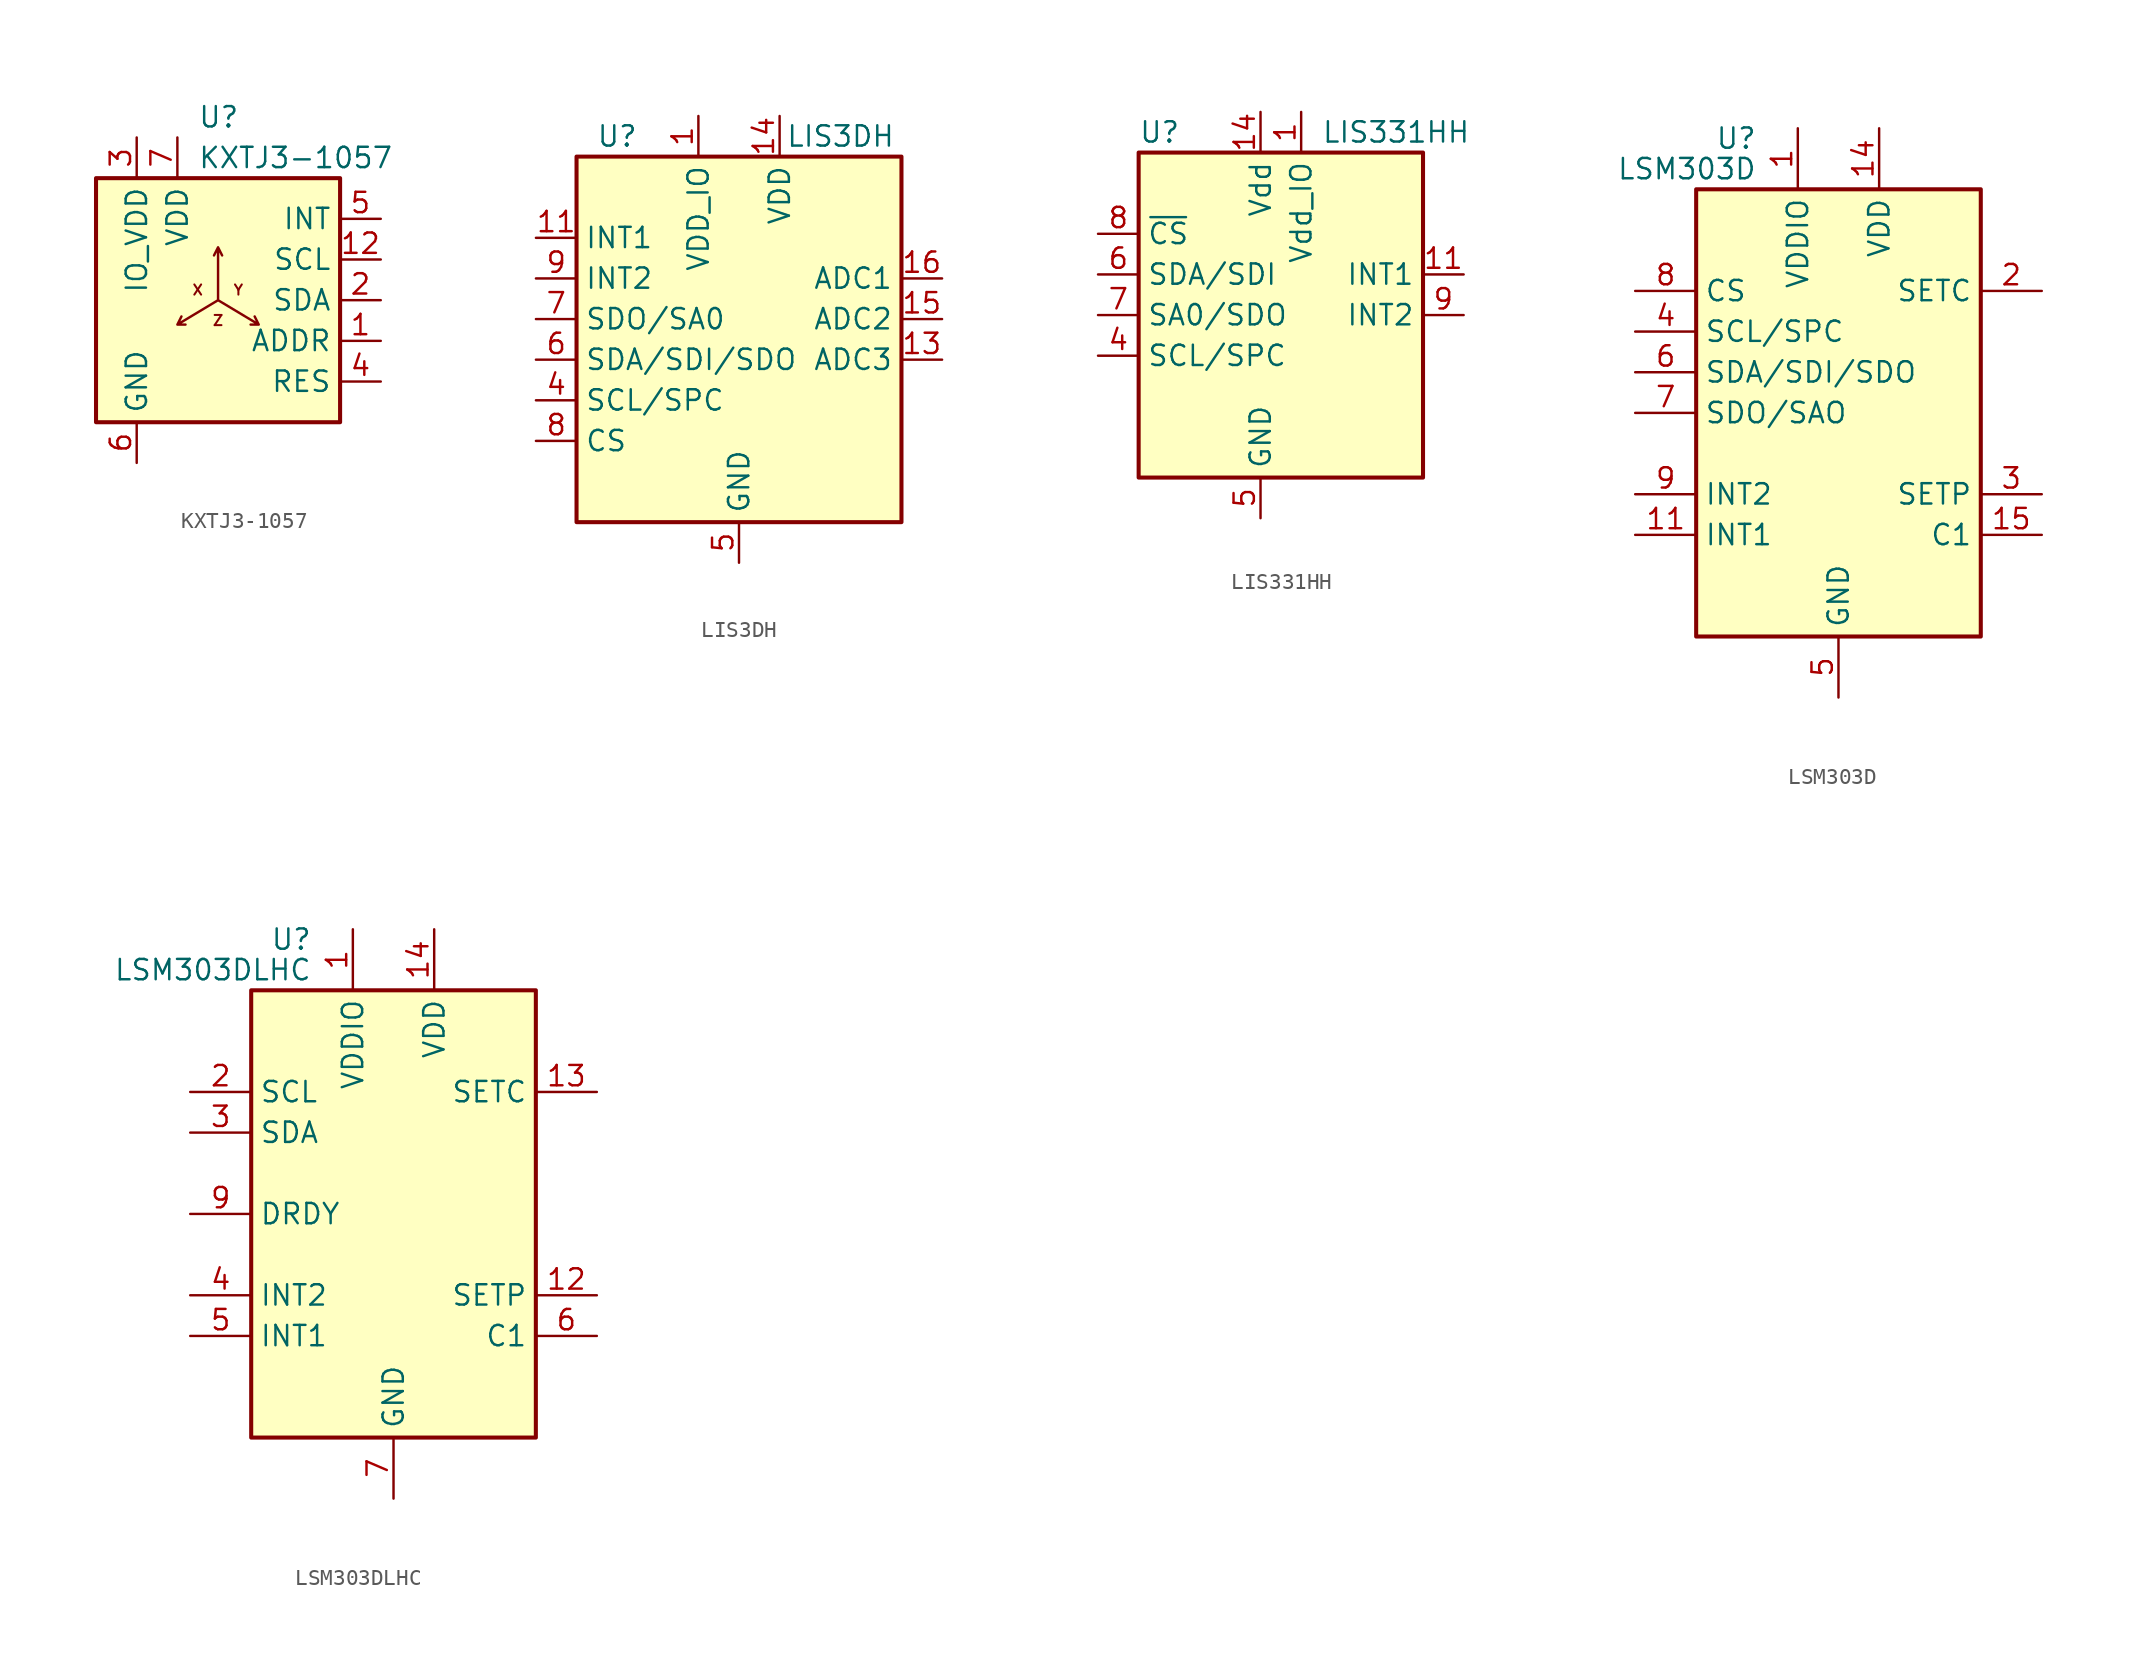
<source format=kicad_sym>
(kicad_symbol_lib
  (version 20231120)
  (generator "kicad_symbol_editor")
  (generator_version "8.0")
  (symbol "KXTJ3-1057"
    (property "Reference" "U"
      (at -1.27 11.43 0)
      (effects (font (size 1.27 1.27)) (justify left)))
    (property "Value" "KXTJ3-1057"
      (at -1.27 8.89 0)
      (effects (font (size 1.27 1.27)) (justify left)))
    (symbol "KXTJ3-1057_0_0"
      (text "X" (at -1.27 0.635 0) (effects (font (size 0.635 0.635) (bold yes))))
      (text "Y" (at 1.27 0.635 0) (effects (font (size 0.635 0.635) (bold yes))))
      (text "Z" (at 0 -1.27 0) (effects (font (size 0.635 0.635) (bold yes)))))
    (symbol "KXTJ3-1057_0_1"
      (rectangle (start -7.62 7.62) (end 7.62 -7.62) (stroke (width 0.254) (type default)) (fill (type background)))
      (polyline (pts (xy 0 0) (xy 0 3.302) (xy 0.254 2.794) (xy 0 3.302) (xy -0.254 2.794) (xy 0 3.302) (xy 0 0) (xy 2.54 -1.524) (xy 2.286 -1.016) (xy 2.54 -1.524) (xy 2.032 -1.524) (xy 2.54 -1.524) (xy 0 0) (xy -2.54 -1.524) (xy -2.286 -1.016) (xy -2.54 -1.524) (xy -2.032 -1.524)) (stroke (width 0) (type default)) (fill (type none))))
    (symbol "KXTJ3-1057_1_1"
      (pin input line (at 10.16 -2.54 180) (length 2.54) (name "ADDR" (effects (font (size 1.27 1.27)))) (number "1" (effects (font (size 1.27 1.27)))))
      (pin passive line (at -2.54 10.16 270) (length 2.54) hide (name "VDD" (effects (font (size 1.27 1.27)))) (number "10" (effects (font (size 1.27 1.27)))))
      (pin passive line (at -5.08 10.16 270) (length 2.54) hide (name "IO_VDD" (effects (font (size 1.27 1.27)))) (number "11" (effects (font (size 1.27 1.27)))))
      (pin input line (at 10.16 2.54 180) (length 2.54) (name "SCL" (effects (font (size 1.27 1.27)))) (number "12" (effects (font (size 1.27 1.27)))))
      (pin bidirectional line (at 10.16 0 180) (length 2.54) (name "SDA" (effects (font (size 1.27 1.27)))) (number "2" (effects (font (size 1.27 1.27)))))
      (pin power_in line (at -5.08 10.16 270) (length 2.54) (name "IO_VDD" (effects (font (size 1.27 1.27)))) (number "3" (effects (font (size 1.27 1.27)))))
      (pin passive line (at 10.16 -5.08 180) (length 2.54) (name "RES" (effects (font (size 1.27 1.27)))) (number "4" (effects (font (size 1.27 1.27)))))
      (pin output line (at 10.16 5.08 180) (length 2.54) (name "INT" (effects (font (size 1.27 1.27)))) (number "5" (effects (font (size 1.27 1.27)))))
      (pin power_in line (at -5.08 -10.16 90) (length 2.54) (name "GND" (effects (font (size 1.27 1.27)))) (number "6" (effects (font (size 1.27 1.27)))))
      (pin power_in line (at -2.54 10.16 270) (length 2.54) (name "VDD" (effects (font (size 1.27 1.27)))) (number "7" (effects (font (size 1.27 1.27)))))
      (pin passive line (at -5.08 -10.16 90) (length 2.54) hide (name "GND" (effects (font (size 1.27 1.27)))) (number "8" (effects (font (size 1.27 1.27)))))
      (pin passive line (at -5.08 -10.16 90) (length 2.54) hide (name "GND" (effects (font (size 1.27 1.27)))) (number "9" (effects (font (size 1.27 1.27)))))))
  (symbol "LIS3DH"
    (property "Reference" "U"
      (at -7.62 11.43 0)
      (effects (font (size 1.27 1.27))))
    (property "Value" "LIS3DH"
      (at 6.35 11.43 0)
      (effects (font (size 1.27 1.27))))
    (symbol "LIS3DH_0_1"
      (rectangle (start -10.16 10.16) (end 10.16 -12.7) (stroke (width 0.254) (type default)) (fill (type background))))
    (symbol "LIS3DH_1_1"
      (pin power_in line (at -2.54 12.7 270) (length 2.54) (name "VDD_IO" (effects (font (size 1.27 1.27)))) (number "1" (effects (font (size 1.27 1.27)))))
      (pin passive line (at 0 -15.24 90) (length 2.54) hide (name "GND" (effects (font (size 1.27 1.27)))) (number "10" (effects (font (size 1.27 1.27)))))
      (pin output line (at -12.7 5.08 0) (length 2.54) (name "INT1" (effects (font (size 1.27 1.27)))) (number "11" (effects (font (size 1.27 1.27)))))
      (pin passive line (at 0 -15.24 90) (length 2.54) hide (name "GND" (effects (font (size 1.27 1.27)))) (number "12" (effects (font (size 1.27 1.27)))))
      (pin input line (at 12.7 -2.54 180) (length 2.54) (name "ADC3" (effects (font (size 1.27 1.27)))) (number "13" (effects (font (size 1.27 1.27)))))
      (pin power_in line (at 2.54 12.7 270) (length 2.54) (name "VDD" (effects (font (size 1.27 1.27)))) (number "14" (effects (font (size 1.27 1.27)))))
      (pin input line (at 12.7 0 180) (length 2.54) (name "ADC2" (effects (font (size 1.27 1.27)))) (number "15" (effects (font (size 1.27 1.27)))))
      (pin input line (at 12.7 2.54 180) (length 2.54) (name "ADC1" (effects (font (size 1.27 1.27)))) (number "16" (effects (font (size 1.27 1.27)))))
      (pin no_connect line (at 10.16 5.08 180) (length 2.54) hide (name "NC" (effects (font (size 1.27 1.27)))) (number "2" (effects (font (size 1.27 1.27)))))
      (pin no_connect line (at 10.16 7.62 180) (length 2.54) hide (name "NC" (effects (font (size 1.27 1.27)))) (number "3" (effects (font (size 1.27 1.27)))))
      (pin input line (at -12.7 -5.08 0) (length 2.54) (name "SCL/SPC" (effects (font (size 1.27 1.27)))) (number "4" (effects (font (size 1.27 1.27)))))
      (pin power_in line (at 0 -15.24 90) (length 2.54) (name "GND" (effects (font (size 1.27 1.27)))) (number "5" (effects (font (size 1.27 1.27)))))
      (pin bidirectional line (at -12.7 -2.54 0) (length 2.54) (name "SDA/SDI/SDO" (effects (font (size 1.27 1.27)))) (number "6" (effects (font (size 1.27 1.27)))))
      (pin bidirectional line (at -12.7 0 0) (length 2.54) (name "SDO/SA0" (effects (font (size 1.27 1.27)))) (number "7" (effects (font (size 1.27 1.27)))))
      (pin input line (at -12.7 -7.62 0) (length 2.54) (name "CS" (effects (font (size 1.27 1.27)))) (number "8" (effects (font (size 1.27 1.27)))))
      (pin output line (at -12.7 2.54 0) (length 2.54) (name "INT2" (effects (font (size 1.27 1.27)))) (number "9" (effects (font (size 1.27 1.27)))))))
  (symbol "LIS331HH"
    (property "Reference" "U"
      (at -7.62 11.43 0)
      (effects (font (size 1.27 1.27)) (justify left)))
    (property "Value" "LIS331HH"
      (at 3.81 11.43 0)
      (effects (font (size 1.27 1.27)) (justify left)))
    (symbol "LIS331HH_0_1"
      (rectangle (start -7.62 10.16) (end 10.16 -10.16) (stroke (width 0.254) (type default)) (fill (type background))))
    (symbol "LIS331HH_1_1"
      (pin power_in line (at 2.54 12.7 270) (length 2.54) (name "Vdd_IO" (effects (font (size 1.27 1.27)))) (number "1" (effects (font (size 1.27 1.27)))))
      (pin passive line (at 0 -12.7 90) (length 2.54) hide (name "GND" (effects (font (size 1.27 1.27)))) (number "10" (effects (font (size 1.27 1.27)))))
      (pin output line (at 12.7 2.54 180) (length 2.54) (name "INT1" (effects (font (size 1.27 1.27)))) (number "11" (effects (font (size 1.27 1.27)))))
      (pin passive line (at 0 -12.7 90) (length 2.54) hide (name "GND" (effects (font (size 1.27 1.27)))) (number "12" (effects (font (size 1.27 1.27)))))
      (pin passive line (at 0 -12.7 90) (length 2.54) hide (name "GND" (effects (font (size 1.27 1.27)))) (number "13" (effects (font (size 1.27 1.27)))))
      (pin power_in line (at 0 12.7 270) (length 2.54) (name "Vdd" (effects (font (size 1.27 1.27)))) (number "14" (effects (font (size 1.27 1.27)))))
      (pin passive line (at 0 12.7 270) (length 2.54) hide (name "Vdd" (effects (font (size 1.27 1.27)))) (number "15" (effects (font (size 1.27 1.27)))))
      (pin passive line (at 0 -12.7 90) (length 2.54) hide (name "GND" (effects (font (size 1.27 1.27)))) (number "16" (effects (font (size 1.27 1.27)))))
      (pin no_connect line (at 10.16 -2.54 180) (length 2.54) hide (name "NC" (effects (font (size 1.27 1.27)))) (number "2" (effects (font (size 1.27 1.27)))))
      (pin no_connect line (at 10.16 -5.08 180) (length 2.54) hide (name "NC" (effects (font (size 1.27 1.27)))) (number "3" (effects (font (size 1.27 1.27)))))
      (pin input line (at -10.16 -2.54 0) (length 2.54) (name "SCL/SPC" (effects (font (size 1.27 1.27)))) (number "4" (effects (font (size 1.27 1.27)))))
      (pin power_in line (at 0 -12.7 90) (length 2.54) (name "GND" (effects (font (size 1.27 1.27)))) (number "5" (effects (font (size 1.27 1.27)))))
      (pin bidirectional line (at -10.16 2.54 0) (length 2.54) (name "SDA/SDI" (effects (font (size 1.27 1.27)))) (number "6" (effects (font (size 1.27 1.27)))))
      (pin output line (at -10.16 0 0) (length 2.54) (name "SA0/SDO" (effects (font (size 1.27 1.27)))) (number "7" (effects (font (size 1.27 1.27)))))
      (pin input line (at -10.16 5.08 0) (length 2.54) (name "~{CS}" (effects (font (size 1.27 1.27)))) (number "8" (effects (font (size 1.27 1.27)))))
      (pin output line (at 12.7 0 180) (length 2.54) (name "INT2" (effects (font (size 1.27 1.27)))) (number "9" (effects (font (size 1.27 1.27)))))))
  (symbol "LSM303D"
    (property "Reference" "U"
      (at -5.08 17.145 0)
      (effects (font (size 1.27 1.27)) (justify right)))
    (property "Value" "LSM303D"
      (at -5.08 15.24 0)
      (effects (font (size 1.27 1.27)) (justify right)))
    (symbol "LSM303D_0_1"
      (rectangle (start 8.89 13.97) (end -8.89 -13.97) (stroke (width 0.254) (type default)) (fill (type background))))
    (symbol "LSM303D_1_1"
      (pin power_in line (at -2.54 17.78 270) (length 3.81) (name "VDDIO" (effects (font (size 1.27 1.27)))) (number "1" (effects (font (size 1.27 1.27)))))
      (pin passive line (at 0 -17.78 90) (length 3.81) hide (name "GND" (effects (font (size 1.27 1.27)))) (number "10" (effects (font (size 1.27 1.27)))))
      (pin output line (at -12.7 -7.62 0) (length 3.81) (name "INT1" (effects (font (size 1.27 1.27)))) (number "11" (effects (font (size 1.27 1.27)))))
      (pin passive line (at 0 -17.78 90) (length 3.81) hide (name "GND" (effects (font (size 1.27 1.27)))) (number "12" (effects (font (size 1.27 1.27)))))
      (pin passive line (at 0 -17.78 90) (length 3.81) hide (name "GND" (effects (font (size 1.27 1.27)))) (number "13" (effects (font (size 1.27 1.27)))))
      (pin power_in line (at 2.54 17.78 270) (length 3.81) (name "VDD" (effects (font (size 1.27 1.27)))) (number "14" (effects (font (size 1.27 1.27)))))
      (pin passive line (at 12.7 -7.62 180) (length 3.81) (name "C1" (effects (font (size 1.27 1.27)))) (number "15" (effects (font (size 1.27 1.27)))))
      (pin passive line (at 0 -17.78 90) (length 3.81) hide (name "GND" (effects (font (size 1.27 1.27)))) (number "16" (effects (font (size 1.27 1.27)))))
      (pin passive line (at 12.7 7.62 180) (length 3.81) (name "SETC" (effects (font (size 1.27 1.27)))) (number "2" (effects (font (size 1.27 1.27)))))
      (pin passive line (at 12.7 -5.08 180) (length 3.81) (name "SETP" (effects (font (size 1.27 1.27)))) (number "3" (effects (font (size 1.27 1.27)))))
      (pin input line (at -12.7 5.08 0) (length 3.81) (name "SCL/SPC" (effects (font (size 1.27 1.27)))) (number "4" (effects (font (size 1.27 1.27)))))
      (pin power_in line (at 0 -17.78 90) (length 3.81) (name "GND" (effects (font (size 1.27 1.27)))) (number "5" (effects (font (size 1.27 1.27)))))
      (pin bidirectional line (at -12.7 2.54 0) (length 3.81) (name "SDA/SDI/SDO" (effects (font (size 1.27 1.27)))) (number "6" (effects (font (size 1.27 1.27)))))
      (pin output line (at -12.7 0 0) (length 3.81) (name "SDO/SAO" (effects (font (size 1.27 1.27)))) (number "7" (effects (font (size 1.27 1.27)))))
      (pin input line (at -12.7 7.62 0) (length 3.81) (name "CS" (effects (font (size 1.27 1.27)))) (number "8" (effects (font (size 1.27 1.27)))))
      (pin output line (at -12.7 -5.08 0) (length 3.81) (name "INT2" (effects (font (size 1.27 1.27)))) (number "9" (effects (font (size 1.27 1.27)))))))
  (symbol "LSM303DLHC"
    (property "Reference" "U"
      (at -5.08 17.145 0)
      (effects (font (size 1.27 1.27)) (justify right)))
    (property "Value" "LSM303DLHC"
      (at -5.08 15.24 0)
      (effects (font (size 1.27 1.27)) (justify right)))
    (symbol "LSM303DLHC_0_1"
      (rectangle (start -8.89 13.97) (end 8.89 -13.97) (stroke (width 0.254) (type default)) (fill (type background))))
    (symbol "LSM303DLHC_1_1"
      (pin power_in line (at -2.54 17.78 270) (length 3.81) (name "VDDIO" (effects (font (size 1.27 1.27)))) (number "1" (effects (font (size 1.27 1.27)))))
      (pin passive line (at 0 -17.78 90) (length 3.81) hide (name "GND" (effects (font (size 1.27 1.27)))) (number "10" (effects (font (size 1.27 1.27)))))
      (pin passive line (at 0 -17.78 90) (length 3.81) hide (name "GND" (effects (font (size 1.27 1.27)))) (number "11" (effects (font (size 1.27 1.27)))))
      (pin passive line (at 12.7 -5.08 180) (length 3.81) (name "SETP" (effects (font (size 1.27 1.27)))) (number "12" (effects (font (size 1.27 1.27)))))
      (pin passive line (at 12.7 7.62 180) (length 3.81) (name "SETC" (effects (font (size 1.27 1.27)))) (number "13" (effects (font (size 1.27 1.27)))))
      (pin power_in line (at 2.54 17.78 270) (length 3.81) (name "VDD" (effects (font (size 1.27 1.27)))) (number "14" (effects (font (size 1.27 1.27)))))
      (pin input line (at -12.7 7.62 0) (length 3.81) (name "SCL" (effects (font (size 1.27 1.27)))) (number "2" (effects (font (size 1.27 1.27)))))
      (pin bidirectional line (at -12.7 5.08 0) (length 3.81) (name "SDA" (effects (font (size 1.27 1.27)))) (number "3" (effects (font (size 1.27 1.27)))))
      (pin output line (at -12.7 -5.08 0) (length 3.81) (name "INT2" (effects (font (size 1.27 1.27)))) (number "4" (effects (font (size 1.27 1.27)))))
      (pin output line (at -12.7 -7.62 0) (length 3.81) (name "INT1" (effects (font (size 1.27 1.27)))) (number "5" (effects (font (size 1.27 1.27)))))
      (pin passive line (at 12.7 -7.62 180) (length 3.81) (name "C1" (effects (font (size 1.27 1.27)))) (number "6" (effects (font (size 1.27 1.27)))))
      (pin power_in line (at 0 -17.78 90) (length 3.81) (name "GND" (effects (font (size 1.27 1.27)))) (number "7" (effects (font (size 1.27 1.27)))))
      (pin no_connect line (at 7.62 -2.54 180) (length 3.81) hide (name "NC" (effects (font (size 1.27 1.27)))) (number "8" (effects (font (size 1.27 1.27)))))
      (pin output line (at -12.7 0 0) (length 3.81) (name "DRDY" (effects (font (size 1.27 1.27)))) (number "9" (effects (font (size 1.27 1.27))))))))
</source>
